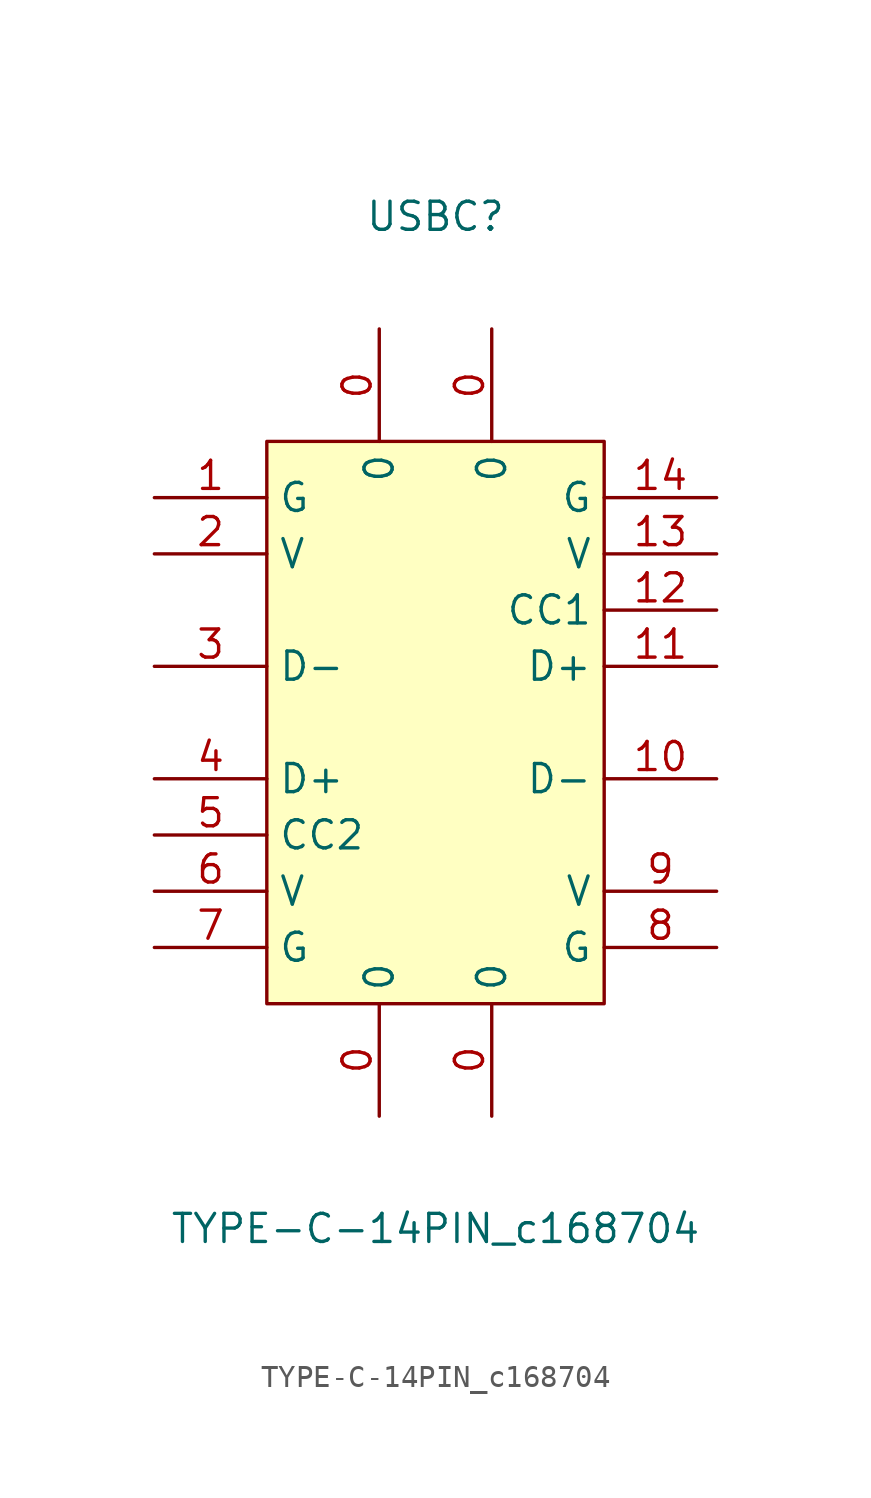
<source format=kicad_sym>
(kicad_symbol_lib
  (version 1)
  (generator "faebryk")
  (symbol "TYPE-C-14PIN_c168704"
    (property "Reference" "USBC"
      (at 0 22.86 0)
      (effects (font (size 1.27 1.27)) (hide no)))
    (property "Value" "TYPE-C-14PIN_c168704"
      (at 0 -22.86 0)
      (effects (font (size 1.27 1.27)) (hide no)))
    (symbol "TYPE-C-14PIN_c168704_0_1"
      (rectangle (start -7.62 12.7) (end 7.62 -12.7) (stroke (width 0) (type default) (color 0 0 0 0)) (fill (type background)))
      (pin unspecified line (at -12.7 10.16 0) (length 5.08) (name "G" (effects (font (size 1.27 1.27)) (hide no))) (number "1" (effects (font (size 1.27 1.27)) (hide no))))
      (pin unspecified line (at -12.7 7.62 0) (length 5.08) (name "V" (effects (font (size 1.27 1.27)) (hide no))) (number "2" (effects (font (size 1.27 1.27)) (hide no))))
      (pin unspecified line (at -12.7 2.54 0) (length 5.08) (name "D-" (effects (font (size 1.27 1.27)) (hide no))) (number "3" (effects (font (size 1.27 1.27)) (hide no))))
      (pin unspecified line (at -12.7 -2.54 0) (length 5.08) (name "D+" (effects (font (size 1.27 1.27)) (hide no))) (number "4" (effects (font (size 1.27 1.27)) (hide no))))
      (pin unspecified line (at -12.7 -5.08 0) (length 5.08) (name "CC2" (effects (font (size 1.27 1.27)) (hide no))) (number "5" (effects (font (size 1.27 1.27)) (hide no))))
      (pin unspecified line (at -12.7 -7.62 0) (length 5.08) (name "V" (effects (font (size 1.27 1.27)) (hide no))) (number "6" (effects (font (size 1.27 1.27)) (hide no))))
      (pin unspecified line (at -12.7 -10.16 0) (length 5.08) (name "G" (effects (font (size 1.27 1.27)) (hide no))) (number "7" (effects (font (size 1.27 1.27)) (hide no))))
      (pin unspecified line (at 12.7 -10.16 180) (length 5.08) (name "G" (effects (font (size 1.27 1.27)) (hide no))) (number "8" (effects (font (size 1.27 1.27)) (hide no))))
      (pin unspecified line (at 12.7 -7.62 180) (length 5.08) (name "V" (effects (font (size 1.27 1.27)) (hide no))) (number "9" (effects (font (size 1.27 1.27)) (hide no))))
      (pin unspecified line (at 12.7 -2.54 180) (length 5.08) (name "D-" (effects (font (size 1.27 1.27)) (hide no))) (number "10" (effects (font (size 1.27 1.27)) (hide no))))
      (pin unspecified line (at 12.7 2.54 180) (length 5.08) (name "D+" (effects (font (size 1.27 1.27)) (hide no))) (number "11" (effects (font (size 1.27 1.27)) (hide no))))
      (pin unspecified line (at 12.7 5.08 180) (length 5.08) (name "CC1" (effects (font (size 1.27 1.27)) (hide no))) (number "12" (effects (font (size 1.27 1.27)) (hide no))))
      (pin unspecified line (at 12.7 7.62 180) (length 5.08) (name "V" (effects (font (size 1.27 1.27)) (hide no))) (number "13" (effects (font (size 1.27 1.27)) (hide no))))
      (pin unspecified line (at 12.7 10.16 180) (length 5.08) (name "G" (effects (font (size 1.27 1.27)) (hide no))) (number "14" (effects (font (size 1.27 1.27)) (hide no))))
      (pin unspecified line (at -2.54 17.78 270) (length 5.08) (name "0" (effects (font (size 1.27 1.27)) (hide no))) (number "0" (effects (font (size 1.27 1.27)) (hide no))))
      (pin unspecified line (at 2.54 17.78 270) (length 5.08) (name "0" (effects (font (size 1.27 1.27)) (hide no))) (number "0" (effects (font (size 1.27 1.27)) (hide no))))
      (pin unspecified line (at 2.54 -17.78 90) (length 5.08) (name "0" (effects (font (size 1.27 1.27)) (hide no))) (number "0" (effects (font (size 1.27 1.27)) (hide no))))
      (pin unspecified line (at -2.54 -17.78 90) (length 5.08) (name "0" (effects (font (size 1.27 1.27)) (hide no))) (number "0" (effects (font (size 1.27 1.27)) (hide no)))))))
</source>
